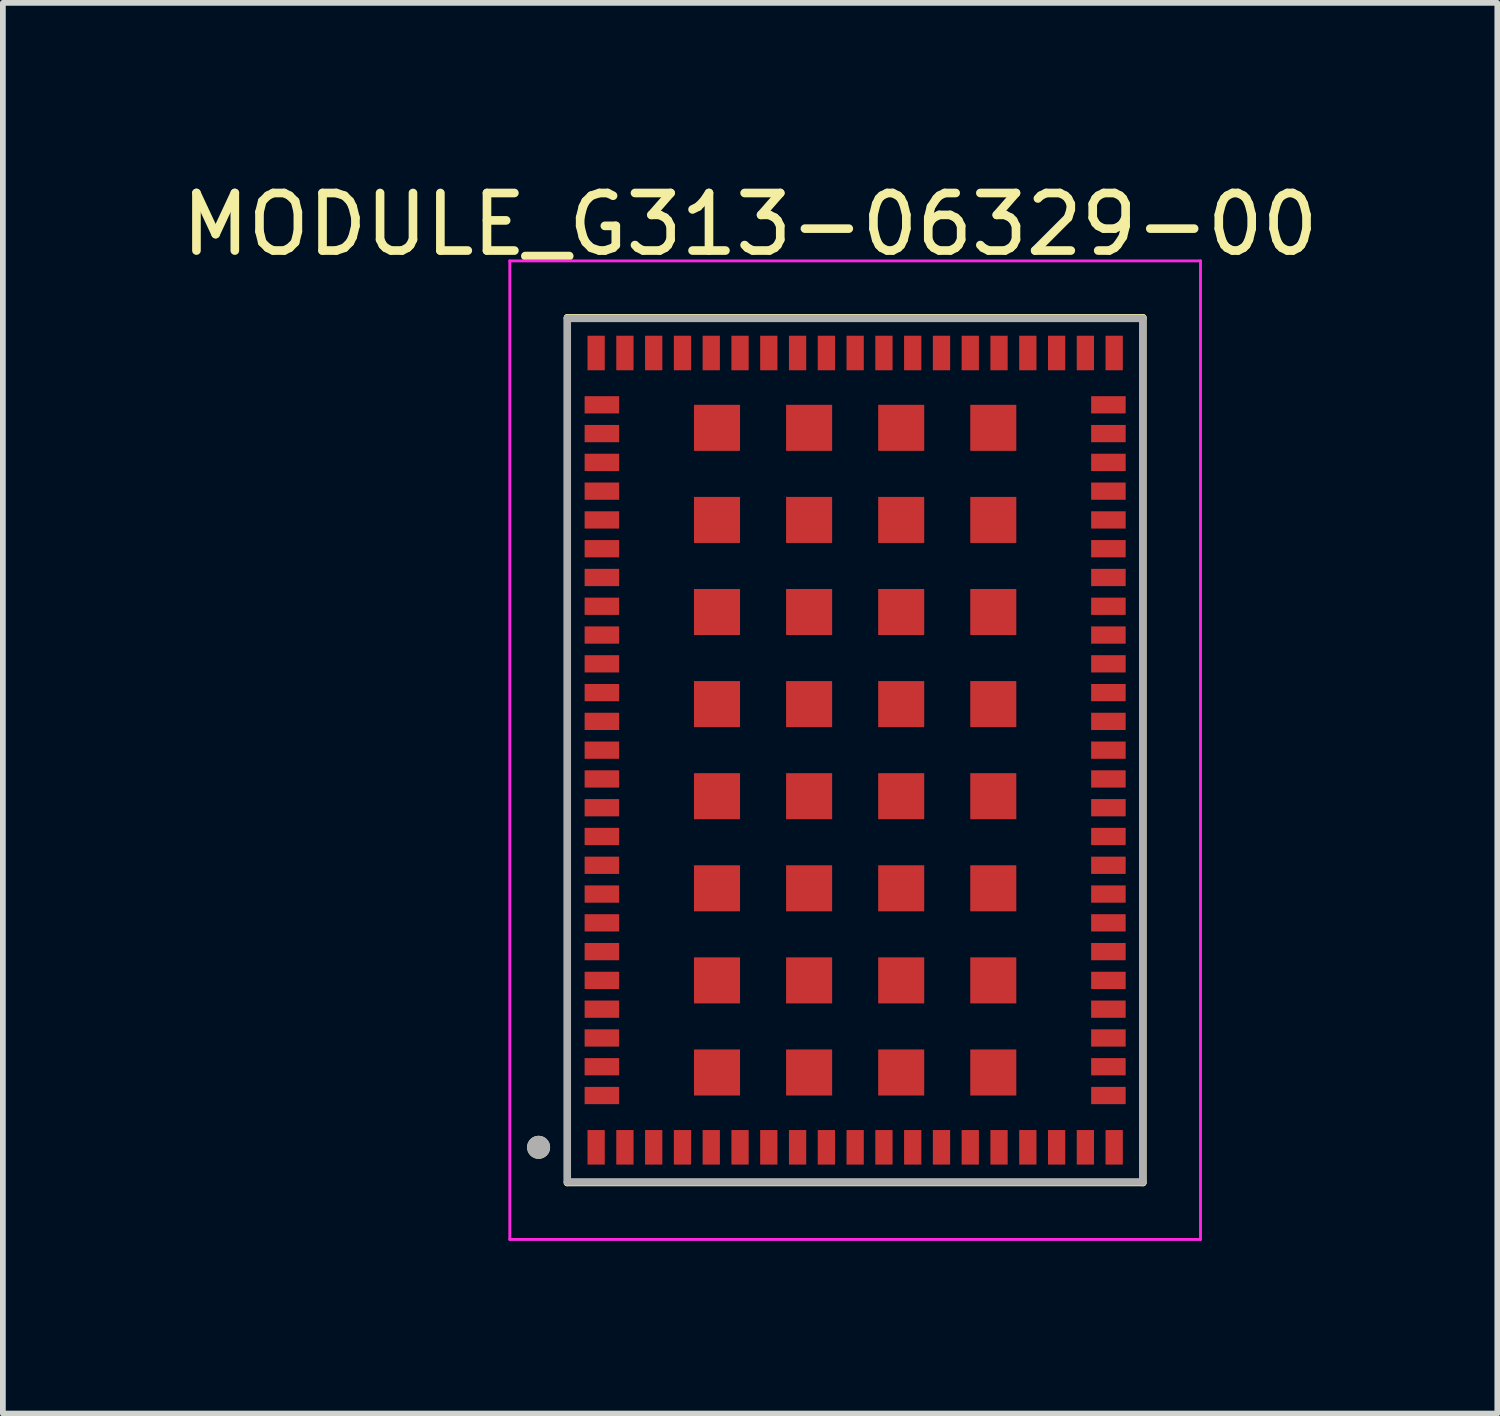
<source format=kicad_pcb>
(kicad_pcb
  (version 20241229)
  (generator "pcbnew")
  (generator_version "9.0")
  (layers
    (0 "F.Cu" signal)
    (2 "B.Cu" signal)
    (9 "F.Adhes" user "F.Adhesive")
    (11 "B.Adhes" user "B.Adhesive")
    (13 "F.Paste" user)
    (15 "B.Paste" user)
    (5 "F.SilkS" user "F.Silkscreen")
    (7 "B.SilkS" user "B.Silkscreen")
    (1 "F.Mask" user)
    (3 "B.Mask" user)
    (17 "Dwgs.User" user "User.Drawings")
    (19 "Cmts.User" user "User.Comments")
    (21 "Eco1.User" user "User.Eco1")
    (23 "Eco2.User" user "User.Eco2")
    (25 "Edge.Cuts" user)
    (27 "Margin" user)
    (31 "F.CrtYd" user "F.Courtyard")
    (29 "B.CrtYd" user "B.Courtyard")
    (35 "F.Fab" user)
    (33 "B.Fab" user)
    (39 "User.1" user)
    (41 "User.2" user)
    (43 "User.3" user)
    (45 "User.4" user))
  (footprint "MODULE_G313-06329-00"
    (layer "F.Cu")
    (at 11.807 9.983)
    (property "Reference" "MODULE_G313-06329-00" (at -1.825 -9.135 0) (layer "F.SilkS") (effects (font (size 1 1) (thickness 0.15))))
    (attr smd)
    (fp_line (start -5 -7.513) (end 5 -7.513) (stroke (width 0.127) (type solid)) (layer "F.SilkS"))
    (fp_line (start -5 7.513) (end -5 -7.513) (stroke (width 0.127) (type solid)) (layer "F.SilkS"))
    (fp_line (start 5 -7.513) (end 5 7.513) (stroke (width 0.127) (type solid)) (layer "F.SilkS"))
    (fp_line (start 5 7.513) (end -5 7.513) (stroke (width 0.127) (type solid)) (layer "F.SilkS"))
    (fp_circle (center -5.5 6.9) (end -5.4 6.9) (stroke (width 0.2) (type solid)) (fill no) (layer "F.SilkS"))
    (fp_line (start -6 -8.5) (end 6 -8.5) (stroke (width 0.05) (type solid)) (layer "F.CrtYd"))
    (fp_line (start -6 8.5) (end -6 -8.5) (stroke (width 0.05) (type solid)) (layer "F.CrtYd"))
    (fp_line (start 6 -8.5) (end 6 8.5) (stroke (width 0.05) (type solid)) (layer "F.CrtYd"))
    (fp_line (start 6 8.5) (end -6 8.5) (stroke (width 0.05) (type solid)) (layer "F.CrtYd"))
    (fp_line (start -5 -7.5) (end 5 -7.5) (stroke (width 0.127) (type solid)) (layer "F.Fab"))
    (fp_line (start -5 7.5) (end -5 -7.5) (stroke (width 0.127) (type solid)) (layer "F.Fab"))
    (fp_line (start 5 -7.5) (end 5 7.5) (stroke (width 0.127) (type solid)) (layer "F.Fab"))
    (fp_line (start 5 7.5) (end -5 7.5) (stroke (width 0.127) (type solid)) (layer "F.Fab"))
    (fp_circle (center -5.5 6.9) (end -5.4 6.9) (stroke (width 0.2) (type solid)) (fill no) (layer "F.Fab"))
    (pad "1" smd rect (at -4.5 6.9) (size 0.3 0.6) (layers "F.Cu" "F.Mask" "F.Paste"))
    (pad "2" smd rect (at -4 6.9) (size 0.3 0.6) (layers "F.Cu" "F.Mask" "F.Paste"))
    (pad "3" smd rect (at -3.5 6.9) (size 0.3 0.6) (layers "F.Cu" "F.Mask" "F.Paste"))
    (pad "4" smd rect (at -3 6.9) (size 0.3 0.6) (layers "F.Cu" "F.Mask" "F.Paste"))
    (pad "5" smd rect (at -2.5 6.9) (size 0.3 0.6) (layers "F.Cu" "F.Mask" "F.Paste"))
    (pad "6" smd rect (at -2 6.9) (size 0.3 0.6) (layers "F.Cu" "F.Mask" "F.Paste"))
    (pad "7" smd rect (at -1.5 6.9) (size 0.3 0.6) (layers "F.Cu" "F.Mask" "F.Paste"))
    (pad "8" smd rect (at -1 6.9) (size 0.3 0.6) (layers "F.Cu" "F.Mask" "F.Paste"))
    (pad "9" smd rect (at -0.5 6.9) (size 0.3 0.6) (layers "F.Cu" "F.Mask" "F.Paste"))
    (pad "10" smd rect (at 0 6.9) (size 0.3 0.6) (layers "F.Cu" "F.Mask" "F.Paste"))
    (pad "11" smd rect (at 0.5 6.9) (size 0.3 0.6) (layers "F.Cu" "F.Mask" "F.Paste"))
    (pad "12" smd rect (at 1 6.9) (size 0.3 0.6) (layers "F.Cu" "F.Mask" "F.Paste"))
    (pad "13" smd rect (at 1.5 6.9) (size 0.3 0.6) (layers "F.Cu" "F.Mask" "F.Paste"))
    (pad "14" smd rect (at 2 6.9) (size 0.3 0.6) (layers "F.Cu" "F.Mask" "F.Paste"))
    (pad "15" smd rect (at 2.5 6.9) (size 0.3 0.6) (layers "F.Cu" "F.Mask" "F.Paste"))
    (pad "16" smd rect (at 3 6.9) (size 0.3 0.6) (layers "F.Cu" "F.Mask" "F.Paste"))
    (pad "17" smd rect (at 3.5 6.9) (size 0.3 0.6) (layers "F.Cu" "F.Mask" "F.Paste"))
    (pad "18" smd rect (at 4 6.9) (size 0.3 0.6) (layers "F.Cu" "F.Mask" "F.Paste"))
    (pad "19" smd rect (at 4.5 6.9) (size 0.3 0.6) (layers "F.Cu" "F.Mask" "F.Paste"))
    (pad "20" smd rect (at 4.4 6) (size 0.6 0.3) (layers "F.Cu" "F.Mask" "F.Paste"))
    (pad "21" smd rect (at 4.4 5.5) (size 0.6 0.3) (layers "F.Cu" "F.Mask" "F.Paste"))
    (pad "22" smd rect (at 4.4 5) (size 0.6 0.3) (layers "F.Cu" "F.Mask" "F.Paste"))
    (pad "23" smd rect (at 4.4 4.5) (size 0.6 0.3) (layers "F.Cu" "F.Mask" "F.Paste"))
    (pad "24" smd rect (at 4.4 4) (size 0.6 0.3) (layers "F.Cu" "F.Mask" "F.Paste"))
    (pad "25" smd rect (at 4.4 3.5) (size 0.6 0.3) (layers "F.Cu" "F.Mask" "F.Paste"))
    (pad "26" smd rect (at 4.4 3) (size 0.6 0.3) (layers "F.Cu" "F.Mask" "F.Paste"))
    (pad "27" smd rect (at 4.4 2.5) (size 0.6 0.3) (layers "F.Cu" "F.Mask" "F.Paste"))
    (pad "28" smd rect (at 4.4 2) (size 0.6 0.3) (layers "F.Cu" "F.Mask" "F.Paste"))
    (pad "29" smd rect (at 4.4 1.5) (size 0.6 0.3) (layers "F.Cu" "F.Mask" "F.Paste"))
    (pad "30" smd rect (at 4.4 1) (size 0.6 0.3) (layers "F.Cu" "F.Mask" "F.Paste"))
    (pad "31" smd rect (at 4.4 0.5) (size 0.6 0.3) (layers "F.Cu" "F.Mask" "F.Paste"))
    (pad "32" smd rect (at 4.4 0) (size 0.6 0.3) (layers "F.Cu" "F.Mask" "F.Paste"))
    (pad "33" smd rect (at 4.4 -0.5) (size 0.6 0.3) (layers "F.Cu" "F.Mask" "F.Paste"))
    (pad "34" smd rect (at 4.4 -1) (size 0.6 0.3) (layers "F.Cu" "F.Mask" "F.Paste"))
    (pad "35" smd rect (at 4.4 -1.5) (size 0.6 0.3) (layers "F.Cu" "F.Mask" "F.Paste"))
    (pad "36" smd rect (at 4.4 -2) (size 0.6 0.3) (layers "F.Cu" "F.Mask" "F.Paste"))
    (pad "37" smd rect (at 4.4 -2.5) (size 0.6 0.3) (layers "F.Cu" "F.Mask" "F.Paste"))
    (pad "38" smd rect (at 4.4 -3) (size 0.6 0.3) (layers "F.Cu" "F.Mask" "F.Paste"))
    (pad "39" smd rect (at 4.4 -3.5) (size 0.6 0.3) (layers "F.Cu" "F.Mask" "F.Paste"))
    (pad "40" smd rect (at 4.4 -4) (size 0.6 0.3) (layers "F.Cu" "F.Mask" "F.Paste"))
    (pad "41" smd rect (at 4.4 -4.5) (size 0.6 0.3) (layers "F.Cu" "F.Mask" "F.Paste"))
    (pad "42" smd rect (at 4.4 -5) (size 0.6 0.3) (layers "F.Cu" "F.Mask" "F.Paste"))
    (pad "43" smd rect (at 4.4 -5.5) (size 0.6 0.3) (layers "F.Cu" "F.Mask" "F.Paste"))
    (pad "44" smd rect (at 4.4 -6) (size 0.6 0.3) (layers "F.Cu" "F.Mask" "F.Paste"))
    (pad "45" smd rect (at 4.5 -6.9) (size 0.3 0.6) (layers "F.Cu" "F.Mask" "F.Paste"))
    (pad "46" smd rect (at 4 -6.9) (size 0.3 0.6) (layers "F.Cu" "F.Mask" "F.Paste"))
    (pad "47" smd rect (at 3.5 -6.9) (size 0.3 0.6) (layers "F.Cu" "F.Mask" "F.Paste"))
    (pad "48" smd rect (at 3 -6.9) (size 0.3 0.6) (layers "F.Cu" "F.Mask" "F.Paste"))
    (pad "49" smd rect (at 2.5 -6.9) (size 0.3 0.6) (layers "F.Cu" "F.Mask" "F.Paste"))
    (pad "50" smd rect (at 2 -6.9) (size 0.3 0.6) (layers "F.Cu" "F.Mask" "F.Paste"))
    (pad "51" smd rect (at 1.5 -6.9) (size 0.3 0.6) (layers "F.Cu" "F.Mask" "F.Paste"))
    (pad "52" smd rect (at 1 -6.9) (size 0.3 0.6) (layers "F.Cu" "F.Mask" "F.Paste"))
    (pad "53" smd rect (at 0.5 -6.9) (size 0.3 0.6) (layers "F.Cu" "F.Mask" "F.Paste"))
    (pad "54" smd rect (at 0 -6.9) (size 0.3 0.6) (layers "F.Cu" "F.Mask" "F.Paste"))
    (pad "55" smd rect (at -0.5 -6.9) (size 0.3 0.6) (layers "F.Cu" "F.Mask" "F.Paste"))
    (pad "56" smd rect (at -1 -6.9) (size 0.3 0.6) (layers "F.Cu" "F.Mask" "F.Paste"))
    (pad "57" smd rect (at -1.5 -6.9) (size 0.3 0.6) (layers "F.Cu" "F.Mask" "F.Paste"))
    (pad "58" smd rect (at -2 -6.9) (size 0.3 0.6) (layers "F.Cu" "F.Mask" "F.Paste"))
    (pad "59" smd rect (at -2.5 -6.9) (size 0.3 0.6) (layers "F.Cu" "F.Mask" "F.Paste"))
    (pad "60" smd rect (at -3 -6.9) (size 0.3 0.6) (layers "F.Cu" "F.Mask" "F.Paste"))
    (pad "61" smd rect (at -3.5 -6.9) (size 0.3 0.6) (layers "F.Cu" "F.Mask" "F.Paste"))
    (pad "62" smd rect (at -4 -6.9) (size 0.3 0.6) (layers "F.Cu" "F.Mask" "F.Paste"))
    (pad "63" smd rect (at -4.5 -6.9) (size 0.3 0.6) (layers "F.Cu" "F.Mask" "F.Paste"))
    (pad "64" smd rect (at -4.4 -6) (size 0.6 0.3) (layers "F.Cu" "F.Mask" "F.Paste"))
    (pad "65" smd rect (at -4.4 -5.5) (size 0.6 0.3) (layers "F.Cu" "F.Mask" "F.Paste"))
    (pad "66" smd rect (at -4.4 -5) (size 0.6 0.3) (layers "F.Cu" "F.Mask" "F.Paste"))
    (pad "67" smd rect (at -4.4 -4.5) (size 0.6 0.3) (layers "F.Cu" "F.Mask" "F.Paste"))
    (pad "68" smd rect (at -4.4 -4) (size 0.6 0.3) (layers "F.Cu" "F.Mask" "F.Paste"))
    (pad "69" smd rect (at -4.4 -3.5) (size 0.6 0.3) (layers "F.Cu" "F.Mask" "F.Paste"))
    (pad "70" smd rect (at -4.4 -3) (size 0.6 0.3) (layers "F.Cu" "F.Mask" "F.Paste"))
    (pad "71" smd rect (at -4.4 -2.5) (size 0.6 0.3) (layers "F.Cu" "F.Mask" "F.Paste"))
    (pad "72" smd rect (at -4.4 -2) (size 0.6 0.3) (layers "F.Cu" "F.Mask" "F.Paste"))
    (pad "73" smd rect (at -4.4 -1.5) (size 0.6 0.3) (layers "F.Cu" "F.Mask" "F.Paste"))
    (pad "74" smd rect (at -4.4 -1) (size 0.6 0.3) (layers "F.Cu" "F.Mask" "F.Paste"))
    (pad "75" smd rect (at -4.4 -0.5) (size 0.6 0.3) (layers "F.Cu" "F.Mask" "F.Paste"))
    (pad "76" smd rect (at -4.4 0) (size 0.6 0.3) (layers "F.Cu" "F.Mask" "F.Paste"))
    (pad "77" smd rect (at -4.4 0.5) (size 0.6 0.3) (layers "F.Cu" "F.Mask" "F.Paste"))
    (pad "78" smd rect (at -4.4 1) (size 0.6 0.3) (layers "F.Cu" "F.Mask" "F.Paste"))
    (pad "79" smd rect (at -4.4 1.5) (size 0.6 0.3) (layers "F.Cu" "F.Mask" "F.Paste"))
    (pad "80" smd rect (at -4.4 2) (size 0.6 0.3) (layers "F.Cu" "F.Mask" "F.Paste"))
    (pad "81" smd rect (at -4.4 2.5) (size 0.6 0.3) (layers "F.Cu" "F.Mask" "F.Paste"))
    (pad "82" smd rect (at -4.4 3) (size 0.6 0.3) (layers "F.Cu" "F.Mask" "F.Paste"))
    (pad "83" smd rect (at -4.4 3.5) (size 0.6 0.3) (layers "F.Cu" "F.Mask" "F.Paste"))
    (pad "84" smd rect (at -4.4 4) (size 0.6 0.3) (layers "F.Cu" "F.Mask" "F.Paste"))
    (pad "85" smd rect (at -4.4 4.5) (size 0.6 0.3) (layers "F.Cu" "F.Mask" "F.Paste"))
    (pad "86" smd rect (at -4.4 5) (size 0.6 0.3) (layers "F.Cu" "F.Mask" "F.Paste"))
    (pad "87" smd rect (at -4.4 5.5) (size 0.6 0.3) (layers "F.Cu" "F.Mask" "F.Paste"))
    (pad "88" smd rect (at -4.4 6) (size 0.6 0.3) (layers "F.Cu" "F.Mask" "F.Paste"))
    (pad "89" smd rect (at -2.4 -5.6) (size 0.8 0.8) (layers "F.Cu" "F.Mask" "F.Paste"))
    (pad "90" smd rect (at -2.4 -4) (size 0.8 0.8) (layers "F.Cu" "F.Mask" "F.Paste"))
    (pad "91" smd rect (at -2.4 -2.4) (size 0.8 0.8) (layers "F.Cu" "F.Mask" "F.Paste"))
    (pad "92" smd rect (at -2.4 -0.8) (size 0.8 0.8) (layers "F.Cu" "F.Mask" "F.Paste"))
    (pad "93" smd rect (at -2.4 0.8) (size 0.8 0.8) (layers "F.Cu" "F.Mask" "F.Paste"))
    (pad "94" smd rect (at -2.4 2.4) (size 0.8 0.8) (layers "F.Cu" "F.Mask" "F.Paste"))
    (pad "95" smd rect (at -2.4 4) (size 0.8 0.8) (layers "F.Cu" "F.Mask" "F.Paste"))
    (pad "96" smd rect (at -2.4 5.6) (size 0.8 0.8) (layers "F.Cu" "F.Mask" "F.Paste"))
    (pad "97" smd rect (at -0.8 -5.6) (size 0.8 0.8) (layers "F.Cu" "F.Mask" "F.Paste"))
    (pad "98" smd rect (at -0.8 -4) (size 0.8 0.8) (layers "F.Cu" "F.Mask" "F.Paste"))
    (pad "99" smd rect (at -0.8 -2.4) (size 0.8 0.8) (layers "F.Cu" "F.Mask" "F.Paste"))
    (pad "100" smd rect (at -0.8 -0.8) (size 0.8 0.8) (layers "F.Cu" "F.Mask" "F.Paste"))
    (pad "101" smd rect (at -0.8 0.8) (size 0.8 0.8) (layers "F.Cu" "F.Mask" "F.Paste"))
    (pad "102" smd rect (at -0.8 2.4) (size 0.8 0.8) (layers "F.Cu" "F.Mask" "F.Paste"))
    (pad "103" smd rect (at -0.8 4) (size 0.8 0.8) (layers "F.Cu" "F.Mask" "F.Paste"))
    (pad "104" smd rect (at -0.8 5.6) (size 0.8 0.8) (layers "F.Cu" "F.Mask" "F.Paste"))
    (pad "105" smd rect (at 0.8 -5.6) (size 0.8 0.8) (layers "F.Cu" "F.Mask" "F.Paste"))
    (pad "106" smd rect (at 0.8 -4) (size 0.8 0.8) (layers "F.Cu" "F.Mask" "F.Paste"))
    (pad "107" smd rect (at 0.8 -2.4) (size 0.8 0.8) (layers "F.Cu" "F.Mask" "F.Paste"))
    (pad "108" smd rect (at 0.8 -0.8) (size 0.8 0.8) (layers "F.Cu" "F.Mask" "F.Paste"))
    (pad "109" smd rect (at 0.8 0.8) (size 0.8 0.8) (layers "F.Cu" "F.Mask" "F.Paste"))
    (pad "110" smd rect (at 0.8 2.4) (size 0.8 0.8) (layers "F.Cu" "F.Mask" "F.Paste"))
    (pad "111" smd rect (at 0.8 4) (size 0.8 0.8) (layers "F.Cu" "F.Mask" "F.Paste"))
    (pad "112" smd rect (at 0.8 5.6) (size 0.8 0.8) (layers "F.Cu" "F.Mask" "F.Paste"))
    (pad "113" smd rect (at 2.4 -5.6) (size 0.8 0.8) (layers "F.Cu" "F.Mask" "F.Paste"))
    (pad "114" smd rect (at 2.4 -4) (size 0.8 0.8) (layers "F.Cu" "F.Mask" "F.Paste"))
    (pad "115" smd rect (at 2.4 -2.4) (size 0.8 0.8) (layers "F.Cu" "F.Mask" "F.Paste"))
    (pad "116" smd rect (at 2.4 -0.8) (size 0.8 0.8) (layers "F.Cu" "F.Mask" "F.Paste"))
    (pad "117" smd rect (at 2.4 0.8) (size 0.8 0.8) (layers "F.Cu" "F.Mask" "F.Paste"))
    (pad "118" smd rect (at 2.4 2.4) (size 0.8 0.8) (layers "F.Cu" "F.Mask" "F.Paste"))
    (pad "119" smd rect (at 2.4 4) (size 0.8 0.8) (layers "F.Cu" "F.Mask" "F.Paste"))
    (pad "120" smd rect (at 2.4 5.6) (size 0.8 0.8) (layers "F.Cu" "F.Mask" "F.Paste")))
  (gr_rect
    (start -3 -3)
    (end 22.964 21.508)
    (stroke (width 0.1) (type default))
    (fill no)
    (layer "Edge.Cuts")))
</source>
